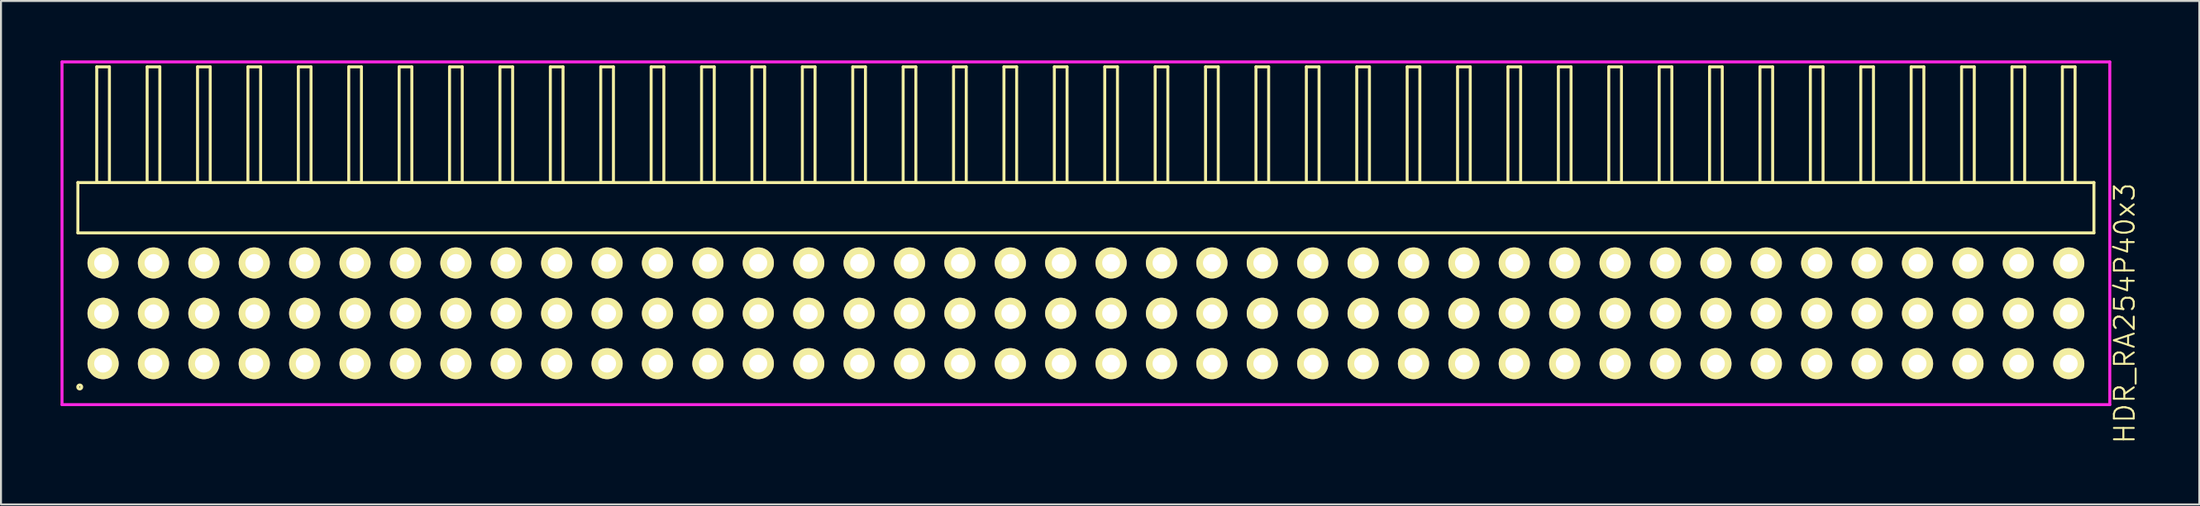
<source format=kicad_pcb>
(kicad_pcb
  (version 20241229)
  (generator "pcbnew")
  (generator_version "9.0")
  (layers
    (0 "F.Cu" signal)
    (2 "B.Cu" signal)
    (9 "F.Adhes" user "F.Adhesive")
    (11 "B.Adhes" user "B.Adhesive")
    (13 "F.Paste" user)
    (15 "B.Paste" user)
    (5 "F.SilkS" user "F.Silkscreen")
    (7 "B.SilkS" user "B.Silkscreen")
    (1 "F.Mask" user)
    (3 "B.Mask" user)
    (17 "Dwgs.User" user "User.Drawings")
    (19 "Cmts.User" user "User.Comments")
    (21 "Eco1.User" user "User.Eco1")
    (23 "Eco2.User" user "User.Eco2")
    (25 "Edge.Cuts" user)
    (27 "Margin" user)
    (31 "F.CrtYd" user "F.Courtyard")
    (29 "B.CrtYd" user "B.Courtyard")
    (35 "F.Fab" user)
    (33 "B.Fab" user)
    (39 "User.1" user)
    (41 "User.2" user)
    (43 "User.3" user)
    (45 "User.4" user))
  (footprint "HDR_RA254P40x3"
    (layer "F.Cu")
    (at 51.675 12.765)
    (property "Reference" "HDR_RA254P40x3" (at 52.35 0 90) (layer "F.SilkS") (effects (font (size 1 1) (thickness 0.1))))
    (attr through_hole)
    (fp_line (start -50.8 -6.6) (end -50.8 -4.06) (stroke (width 0.15) (type solid)) (layer "F.SilkS"))
    (fp_line (start -50.8 -4.06) (end 50.8 -4.06) (stroke (width 0.15) (type solid)) (layer "F.SilkS"))
    (fp_line (start -49.85 -12.44) (end -49.85 -6.6) (stroke (width 0.15) (type solid)) (layer "F.SilkS"))
    (fp_line (start -49.85 -6.6) (end -49.21 -6.6) (stroke (width 0.15) (type solid)) (layer "F.SilkS"))
    (fp_line (start -49.21 -12.44) (end -49.85 -12.44) (stroke (width 0.15) (type solid)) (layer "F.SilkS"))
    (fp_line (start -49.21 -6.6) (end -49.21 -12.44) (stroke (width 0.15) (type solid)) (layer "F.SilkS"))
    (fp_line (start -47.31 -12.44) (end -47.31 -6.6) (stroke (width 0.15) (type solid)) (layer "F.SilkS"))
    (fp_line (start -47.31 -6.6) (end -46.67 -6.6) (stroke (width 0.15) (type solid)) (layer "F.SilkS"))
    (fp_line (start -46.67 -12.44) (end -47.31 -12.44) (stroke (width 0.15) (type solid)) (layer "F.SilkS"))
    (fp_line (start -46.67 -6.6) (end -46.67 -12.44) (stroke (width 0.15) (type solid)) (layer "F.SilkS"))
    (fp_line (start -44.77 -12.44) (end -44.77 -6.6) (stroke (width 0.15) (type solid)) (layer "F.SilkS"))
    (fp_line (start -44.77 -6.6) (end -44.13 -6.6) (stroke (width 0.15) (type solid)) (layer "F.SilkS"))
    (fp_line (start -44.13 -12.44) (end -44.77 -12.44) (stroke (width 0.15) (type solid)) (layer "F.SilkS"))
    (fp_line (start -44.13 -6.6) (end -44.13 -12.44) (stroke (width 0.15) (type solid)) (layer "F.SilkS"))
    (fp_line (start -42.23 -12.44) (end -42.23 -6.6) (stroke (width 0.15) (type solid)) (layer "F.SilkS"))
    (fp_line (start -42.23 -6.6) (end -41.59 -6.6) (stroke (width 0.15) (type solid)) (layer "F.SilkS"))
    (fp_line (start -41.59 -12.44) (end -42.23 -12.44) (stroke (width 0.15) (type solid)) (layer "F.SilkS"))
    (fp_line (start -41.59 -6.6) (end -41.59 -12.44) (stroke (width 0.15) (type solid)) (layer "F.SilkS"))
    (fp_line (start -39.69 -12.44) (end -39.69 -6.6) (stroke (width 0.15) (type solid)) (layer "F.SilkS"))
    (fp_line (start -39.69 -6.6) (end -39.05 -6.6) (stroke (width 0.15) (type solid)) (layer "F.SilkS"))
    (fp_line (start -39.05 -12.44) (end -39.69 -12.44) (stroke (width 0.15) (type solid)) (layer "F.SilkS"))
    (fp_line (start -39.05 -6.6) (end -39.05 -12.44) (stroke (width 0.15) (type solid)) (layer "F.SilkS"))
    (fp_line (start -37.15 -12.44) (end -37.15 -6.6) (stroke (width 0.15) (type solid)) (layer "F.SilkS"))
    (fp_line (start -37.15 -6.6) (end -36.51 -6.6) (stroke (width 0.15) (type solid)) (layer "F.SilkS"))
    (fp_line (start -36.51 -12.44) (end -37.15 -12.44) (stroke (width 0.15) (type solid)) (layer "F.SilkS"))
    (fp_line (start -36.51 -6.6) (end -36.51 -12.44) (stroke (width 0.15) (type solid)) (layer "F.SilkS"))
    (fp_line (start -34.61 -12.44) (end -34.61 -6.6) (stroke (width 0.15) (type solid)) (layer "F.SilkS"))
    (fp_line (start -34.61 -6.6) (end -33.97 -6.6) (stroke (width 0.15) (type solid)) (layer "F.SilkS"))
    (fp_line (start -33.97 -12.44) (end -34.61 -12.44) (stroke (width 0.15) (type solid)) (layer "F.SilkS"))
    (fp_line (start -33.97 -6.6) (end -33.97 -12.44) (stroke (width 0.15) (type solid)) (layer "F.SilkS"))
    (fp_line (start -32.07 -12.44) (end -32.07 -6.6) (stroke (width 0.15) (type solid)) (layer "F.SilkS"))
    (fp_line (start -32.07 -6.6) (end -31.43 -6.6) (stroke (width 0.15) (type solid)) (layer "F.SilkS"))
    (fp_line (start -31.43 -12.44) (end -32.07 -12.44) (stroke (width 0.15) (type solid)) (layer "F.SilkS"))
    (fp_line (start -31.43 -6.6) (end -31.43 -12.44) (stroke (width 0.15) (type solid)) (layer "F.SilkS"))
    (fp_line (start -29.53 -12.44) (end -29.53 -6.6) (stroke (width 0.15) (type solid)) (layer "F.SilkS"))
    (fp_line (start -29.53 -6.6) (end -28.89 -6.6) (stroke (width 0.15) (type solid)) (layer "F.SilkS"))
    (fp_line (start -28.89 -12.44) (end -29.53 -12.44) (stroke (width 0.15) (type solid)) (layer "F.SilkS"))
    (fp_line (start -28.89 -6.6) (end -28.89 -12.44) (stroke (width 0.15) (type solid)) (layer "F.SilkS"))
    (fp_line (start -26.99 -12.44) (end -26.99 -6.6) (stroke (width 0.15) (type solid)) (layer "F.SilkS"))
    (fp_line (start -26.99 -6.6) (end -26.35 -6.6) (stroke (width 0.15) (type solid)) (layer "F.SilkS"))
    (fp_line (start -26.35 -12.44) (end -26.99 -12.44) (stroke (width 0.15) (type solid)) (layer "F.SilkS"))
    (fp_line (start -26.35 -6.6) (end -26.35 -12.44) (stroke (width 0.15) (type solid)) (layer "F.SilkS"))
    (fp_line (start -24.45 -12.44) (end -24.45 -6.6) (stroke (width 0.15) (type solid)) (layer "F.SilkS"))
    (fp_line (start -24.45 -6.6) (end -23.81 -6.6) (stroke (width 0.15) (type solid)) (layer "F.SilkS"))
    (fp_line (start -23.81 -12.44) (end -24.45 -12.44) (stroke (width 0.15) (type solid)) (layer "F.SilkS"))
    (fp_line (start -23.81 -6.6) (end -23.81 -12.44) (stroke (width 0.15) (type solid)) (layer "F.SilkS"))
    (fp_line (start -21.91 -12.44) (end -21.91 -6.6) (stroke (width 0.15) (type solid)) (layer "F.SilkS"))
    (fp_line (start -21.91 -6.6) (end -21.27 -6.6) (stroke (width 0.15) (type solid)) (layer "F.SilkS"))
    (fp_line (start -21.27 -12.44) (end -21.91 -12.44) (stroke (width 0.15) (type solid)) (layer "F.SilkS"))
    (fp_line (start -21.27 -6.6) (end -21.27 -12.44) (stroke (width 0.15) (type solid)) (layer "F.SilkS"))
    (fp_line (start -19.37 -12.44) (end -19.37 -6.6) (stroke (width 0.15) (type solid)) (layer "F.SilkS"))
    (fp_line (start -19.37 -6.6) (end -18.73 -6.6) (stroke (width 0.15) (type solid)) (layer "F.SilkS"))
    (fp_line (start -18.73 -12.44) (end -19.37 -12.44) (stroke (width 0.15) (type solid)) (layer "F.SilkS"))
    (fp_line (start -18.73 -6.6) (end -18.73 -12.44) (stroke (width 0.15) (type solid)) (layer "F.SilkS"))
    (fp_line (start -16.83 -12.44) (end -16.83 -6.6) (stroke (width 0.15) (type solid)) (layer "F.SilkS"))
    (fp_line (start -16.83 -6.6) (end -16.19 -6.6) (stroke (width 0.15) (type solid)) (layer "F.SilkS"))
    (fp_line (start -16.19 -12.44) (end -16.83 -12.44) (stroke (width 0.15) (type solid)) (layer "F.SilkS"))
    (fp_line (start -16.19 -6.6) (end -16.19 -12.44) (stroke (width 0.15) (type solid)) (layer "F.SilkS"))
    (fp_line (start -14.29 -12.44) (end -14.29 -6.6) (stroke (width 0.15) (type solid)) (layer "F.SilkS"))
    (fp_line (start -14.29 -6.6) (end -13.65 -6.6) (stroke (width 0.15) (type solid)) (layer "F.SilkS"))
    (fp_line (start -13.65 -12.44) (end -14.29 -12.44) (stroke (width 0.15) (type solid)) (layer "F.SilkS"))
    (fp_line (start -13.65 -6.6) (end -13.65 -12.44) (stroke (width 0.15) (type solid)) (layer "F.SilkS"))
    (fp_line (start -11.75 -12.44) (end -11.75 -6.6) (stroke (width 0.15) (type solid)) (layer "F.SilkS"))
    (fp_line (start -11.75 -6.6) (end -11.11 -6.6) (stroke (width 0.15) (type solid)) (layer "F.SilkS"))
    (fp_line (start -11.11 -12.44) (end -11.75 -12.44) (stroke (width 0.15) (type solid)) (layer "F.SilkS"))
    (fp_line (start -11.11 -6.6) (end -11.11 -12.44) (stroke (width 0.15) (type solid)) (layer "F.SilkS"))
    (fp_line (start -9.21 -12.44) (end -9.21 -6.6) (stroke (width 0.15) (type solid)) (layer "F.SilkS"))
    (fp_line (start -9.21 -6.6) (end -8.57 -6.6) (stroke (width 0.15) (type solid)) (layer "F.SilkS"))
    (fp_line (start -8.57 -12.44) (end -9.21 -12.44) (stroke (width 0.15) (type solid)) (layer "F.SilkS"))
    (fp_line (start -8.57 -6.6) (end -8.57 -12.44) (stroke (width 0.15) (type solid)) (layer "F.SilkS"))
    (fp_line (start -6.67 -12.44) (end -6.67 -6.6) (stroke (width 0.15) (type solid)) (layer "F.SilkS"))
    (fp_line (start -6.67 -6.6) (end -6.03 -6.6) (stroke (width 0.15) (type solid)) (layer "F.SilkS"))
    (fp_line (start -6.03 -12.44) (end -6.67 -12.44) (stroke (width 0.15) (type solid)) (layer "F.SilkS"))
    (fp_line (start -6.03 -6.6) (end -6.03 -12.44) (stroke (width 0.15) (type solid)) (layer "F.SilkS"))
    (fp_line (start -4.13 -12.44) (end -4.13 -6.6) (stroke (width 0.15) (type solid)) (layer "F.SilkS"))
    (fp_line (start -4.13 -6.6) (end -3.49 -6.6) (stroke (width 0.15) (type solid)) (layer "F.SilkS"))
    (fp_line (start -3.49 -12.44) (end -4.13 -12.44) (stroke (width 0.15) (type solid)) (layer "F.SilkS"))
    (fp_line (start -3.49 -6.6) (end -3.49 -12.44) (stroke (width 0.15) (type solid)) (layer "F.SilkS"))
    (fp_line (start -1.59 -12.44) (end -1.59 -6.6) (stroke (width 0.15) (type solid)) (layer "F.SilkS"))
    (fp_line (start -1.59 -6.6) (end -0.95 -6.6) (stroke (width 0.15) (type solid)) (layer "F.SilkS"))
    (fp_line (start -0.95 -12.44) (end -1.59 -12.44) (stroke (width 0.15) (type solid)) (layer "F.SilkS"))
    (fp_line (start -0.95 -6.6) (end -0.95 -12.44) (stroke (width 0.15) (type solid)) (layer "F.SilkS"))
    (fp_line (start 0.95 -12.44) (end 0.95 -6.6) (stroke (width 0.15) (type solid)) (layer "F.SilkS"))
    (fp_line (start 0.95 -6.6) (end 1.59 -6.6) (stroke (width 0.15) (type solid)) (layer "F.SilkS"))
    (fp_line (start 1.59 -12.44) (end 0.95 -12.44) (stroke (width 0.15) (type solid)) (layer "F.SilkS"))
    (fp_line (start 1.59 -6.6) (end 1.59 -12.44) (stroke (width 0.15) (type solid)) (layer "F.SilkS"))
    (fp_line (start 3.49 -12.44) (end 3.49 -6.6) (stroke (width 0.15) (type solid)) (layer "F.SilkS"))
    (fp_line (start 3.49 -6.6) (end 4.13 -6.6) (stroke (width 0.15) (type solid)) (layer "F.SilkS"))
    (fp_line (start 4.13 -12.44) (end 3.49 -12.44) (stroke (width 0.15) (type solid)) (layer "F.SilkS"))
    (fp_line (start 4.13 -6.6) (end 4.13 -12.44) (stroke (width 0.15) (type solid)) (layer "F.SilkS"))
    (fp_line (start 6.03 -12.44) (end 6.03 -6.6) (stroke (width 0.15) (type solid)) (layer "F.SilkS"))
    (fp_line (start 6.03 -6.6) (end 6.67 -6.6) (stroke (width 0.15) (type solid)) (layer "F.SilkS"))
    (fp_line (start 6.67 -12.44) (end 6.03 -12.44) (stroke (width 0.15) (type solid)) (layer "F.SilkS"))
    (fp_line (start 6.67 -6.6) (end 6.67 -12.44) (stroke (width 0.15) (type solid)) (layer "F.SilkS"))
    (fp_line (start 8.57 -12.44) (end 8.57 -6.6) (stroke (width 0.15) (type solid)) (layer "F.SilkS"))
    (fp_line (start 8.57 -6.6) (end 9.21 -6.6) (stroke (width 0.15) (type solid)) (layer "F.SilkS"))
    (fp_line (start 9.21 -12.44) (end 8.57 -12.44) (stroke (width 0.15) (type solid)) (layer "F.SilkS"))
    (fp_line (start 9.21 -6.6) (end 9.21 -12.44) (stroke (width 0.15) (type solid)) (layer "F.SilkS"))
    (fp_line (start 11.11 -12.44) (end 11.11 -6.6) (stroke (width 0.15) (type solid)) (layer "F.SilkS"))
    (fp_line (start 11.11 -6.6) (end 11.75 -6.6) (stroke (width 0.15) (type solid)) (layer "F.SilkS"))
    (fp_line (start 11.75 -12.44) (end 11.11 -12.44) (stroke (width 0.15) (type solid)) (layer "F.SilkS"))
    (fp_line (start 11.75 -6.6) (end 11.75 -12.44) (stroke (width 0.15) (type solid)) (layer "F.SilkS"))
    (fp_line (start 13.65 -12.44) (end 13.65 -6.6) (stroke (width 0.15) (type solid)) (layer "F.SilkS"))
    (fp_line (start 13.65 -6.6) (end 14.29 -6.6) (stroke (width 0.15) (type solid)) (layer "F.SilkS"))
    (fp_line (start 14.29 -12.44) (end 13.65 -12.44) (stroke (width 0.15) (type solid)) (layer "F.SilkS"))
    (fp_line (start 14.29 -6.6) (end 14.29 -12.44) (stroke (width 0.15) (type solid)) (layer "F.SilkS"))
    (fp_line (start 16.19 -12.44) (end 16.19 -6.6) (stroke (width 0.15) (type solid)) (layer "F.SilkS"))
    (fp_line (start 16.19 -6.6) (end 16.83 -6.6) (stroke (width 0.15) (type solid)) (layer "F.SilkS"))
    (fp_line (start 16.83 -12.44) (end 16.19 -12.44) (stroke (width 0.15) (type solid)) (layer "F.SilkS"))
    (fp_line (start 16.83 -6.6) (end 16.83 -12.44) (stroke (width 0.15) (type solid)) (layer "F.SilkS"))
    (fp_line (start 18.73 -12.44) (end 18.73 -6.6) (stroke (width 0.15) (type solid)) (layer "F.SilkS"))
    (fp_line (start 18.73 -6.6) (end 19.37 -6.6) (stroke (width 0.15) (type solid)) (layer "F.SilkS"))
    (fp_line (start 19.37 -12.44) (end 18.73 -12.44) (stroke (width 0.15) (type solid)) (layer "F.SilkS"))
    (fp_line (start 19.37 -6.6) (end 19.37 -12.44) (stroke (width 0.15) (type solid)) (layer "F.SilkS"))
    (fp_line (start 21.27 -12.44) (end 21.27 -6.6) (stroke (width 0.15) (type solid)) (layer "F.SilkS"))
    (fp_line (start 21.27 -6.6) (end 21.91 -6.6) (stroke (width 0.15) (type solid)) (layer "F.SilkS"))
    (fp_line (start 21.91 -12.44) (end 21.27 -12.44) (stroke (width 0.15) (type solid)) (layer "F.SilkS"))
    (fp_line (start 21.91 -6.6) (end 21.91 -12.44) (stroke (width 0.15) (type solid)) (layer "F.SilkS"))
    (fp_line (start 23.81 -12.44) (end 23.81 -6.6) (stroke (width 0.15) (type solid)) (layer "F.SilkS"))
    (fp_line (start 23.81 -6.6) (end 24.45 -6.6) (stroke (width 0.15) (type solid)) (layer "F.SilkS"))
    (fp_line (start 24.45 -12.44) (end 23.81 -12.44) (stroke (width 0.15) (type solid)) (layer "F.SilkS"))
    (fp_line (start 24.45 -6.6) (end 24.45 -12.44) (stroke (width 0.15) (type solid)) (layer "F.SilkS"))
    (fp_line (start 26.35 -12.44) (end 26.35 -6.6) (stroke (width 0.15) (type solid)) (layer "F.SilkS"))
    (fp_line (start 26.35 -6.6) (end 26.99 -6.6) (stroke (width 0.15) (type solid)) (layer "F.SilkS"))
    (fp_line (start 26.99 -12.44) (end 26.35 -12.44) (stroke (width 0.15) (type solid)) (layer "F.SilkS"))
    (fp_line (start 26.99 -6.6) (end 26.99 -12.44) (stroke (width 0.15) (type solid)) (layer "F.SilkS"))
    (fp_line (start 28.89 -12.44) (end 28.89 -6.6) (stroke (width 0.15) (type solid)) (layer "F.SilkS"))
    (fp_line (start 28.89 -6.6) (end 29.53 -6.6) (stroke (width 0.15) (type solid)) (layer "F.SilkS"))
    (fp_line (start 29.53 -12.44) (end 28.89 -12.44) (stroke (width 0.15) (type solid)) (layer "F.SilkS"))
    (fp_line (start 29.53 -6.6) (end 29.53 -12.44) (stroke (width 0.15) (type solid)) (layer "F.SilkS"))
    (fp_line (start 31.43 -12.44) (end 31.43 -6.6) (stroke (width 0.15) (type solid)) (layer "F.SilkS"))
    (fp_line (start 31.43 -6.6) (end 32.07 -6.6) (stroke (width 0.15) (type solid)) (layer "F.SilkS"))
    (fp_line (start 32.07 -12.44) (end 31.43 -12.44) (stroke (width 0.15) (type solid)) (layer "F.SilkS"))
    (fp_line (start 32.07 -6.6) (end 32.07 -12.44) (stroke (width 0.15) (type solid)) (layer "F.SilkS"))
    (fp_line (start 33.97 -12.44) (end 33.97 -6.6) (stroke (width 0.15) (type solid)) (layer "F.SilkS"))
    (fp_line (start 33.97 -6.6) (end 34.61 -6.6) (stroke (width 0.15) (type solid)) (layer "F.SilkS"))
    (fp_line (start 34.61 -12.44) (end 33.97 -12.44) (stroke (width 0.15) (type solid)) (layer "F.SilkS"))
    (fp_line (start 34.61 -6.6) (end 34.61 -12.44) (stroke (width 0.15) (type solid)) (layer "F.SilkS"))
    (fp_line (start 36.51 -12.44) (end 36.51 -6.6) (stroke (width 0.15) (type solid)) (layer "F.SilkS"))
    (fp_line (start 36.51 -6.6) (end 37.15 -6.6) (stroke (width 0.15) (type solid)) (layer "F.SilkS"))
    (fp_line (start 37.15 -12.44) (end 36.51 -12.44) (stroke (width 0.15) (type solid)) (layer "F.SilkS"))
    (fp_line (start 37.15 -6.6) (end 37.15 -12.44) (stroke (width 0.15) (type solid)) (layer "F.SilkS"))
    (fp_line (start 39.05 -12.44) (end 39.05 -6.6) (stroke (width 0.15) (type solid)) (layer "F.SilkS"))
    (fp_line (start 39.05 -6.6) (end 39.69 -6.6) (stroke (width 0.15) (type solid)) (layer "F.SilkS"))
    (fp_line (start 39.69 -12.44) (end 39.05 -12.44) (stroke (width 0.15) (type solid)) (layer "F.SilkS"))
    (fp_line (start 39.69 -6.6) (end 39.69 -12.44) (stroke (width 0.15) (type solid)) (layer "F.SilkS"))
    (fp_line (start 41.59 -12.44) (end 41.59 -6.6) (stroke (width 0.15) (type solid)) (layer "F.SilkS"))
    (fp_line (start 41.59 -6.6) (end 42.23 -6.6) (stroke (width 0.15) (type solid)) (layer "F.SilkS"))
    (fp_line (start 42.23 -12.44) (end 41.59 -12.44) (stroke (width 0.15) (type solid)) (layer "F.SilkS"))
    (fp_line (start 42.23 -6.6) (end 42.23 -12.44) (stroke (width 0.15) (type solid)) (layer "F.SilkS"))
    (fp_line (start 44.13 -12.44) (end 44.13 -6.6) (stroke (width 0.15) (type solid)) (layer "F.SilkS"))
    (fp_line (start 44.13 -6.6) (end 44.77 -6.6) (stroke (width 0.15) (type solid)) (layer "F.SilkS"))
    (fp_line (start 44.77 -12.44) (end 44.13 -12.44) (stroke (width 0.15) (type solid)) (layer "F.SilkS"))
    (fp_line (start 44.77 -6.6) (end 44.77 -12.44) (stroke (width 0.15) (type solid)) (layer "F.SilkS"))
    (fp_line (start 46.67 -12.44) (end 46.67 -6.6) (stroke (width 0.15) (type solid)) (layer "F.SilkS"))
    (fp_line (start 46.67 -6.6) (end 47.31 -6.6) (stroke (width 0.15) (type solid)) (layer "F.SilkS"))
    (fp_line (start 47.31 -12.44) (end 46.67 -12.44) (stroke (width 0.15) (type solid)) (layer "F.SilkS"))
    (fp_line (start 47.31 -6.6) (end 47.31 -12.44) (stroke (width 0.15) (type solid)) (layer "F.SilkS"))
    (fp_line (start 49.21 -12.44) (end 49.21 -6.6) (stroke (width 0.15) (type solid)) (layer "F.SilkS"))
    (fp_line (start 49.21 -6.6) (end 49.85 -6.6) (stroke (width 0.15) (type solid)) (layer "F.SilkS"))
    (fp_line (start 49.85 -12.44) (end 49.21 -12.44) (stroke (width 0.15) (type solid)) (layer "F.SilkS"))
    (fp_line (start 49.85 -6.6) (end 49.85 -12.44) (stroke (width 0.15) (type solid)) (layer "F.SilkS"))
    (fp_line (start 50.8 -6.6) (end -50.8 -6.6) (stroke (width 0.15) (type solid)) (layer "F.SilkS"))
    (fp_line (start 50.8 -4.06) (end 50.8 -6.6) (stroke (width 0.15) (type solid)) (layer "F.SilkS"))
    (fp_circle (center -50.707 3.718) (end -50.607 3.718) (stroke (width 0.15) (type solid)) (fill no) (layer "F.SilkS"))
    (fp_line (start -51.6 -12.69) (end -51.6 4.61) (stroke (width 0.15) (type solid)) (layer "F.CrtYd"))
    (fp_line (start -51.6 4.61) (end 51.6 4.61) (stroke (width 0.15) (type solid)) (layer "F.CrtYd"))
    (fp_line (start 51.6 -12.69) (end -51.6 -12.69) (stroke (width 0.15) (type solid)) (layer "F.CrtYd"))
    (fp_line (start 51.6 4.61) (end 51.6 -12.69) (stroke (width 0.15) (type solid)) (layer "F.CrtYd"))
    (pad "1" thru_hole oval (at -49.53 2.54) (size 1.57 1.57) (drill 0.9) (layers "*.Cu" "*.Mask" "F.SilkS"))
    (pad "2" thru_hole oval (at -49.53 0) (size 1.57 1.57) (drill 0.9) (layers "*.Cu" "*.Mask" "F.SilkS"))
    (pad "3" thru_hole oval (at -49.53 -2.54) (size 1.57 1.57) (drill 0.9) (layers "*.Cu" "*.Mask" "F.SilkS"))
    (pad "4" thru_hole oval (at -46.99 2.54) (size 1.57 1.57) (drill 0.9) (layers "*.Cu" "*.Mask" "F.SilkS"))
    (pad "5" thru_hole oval (at -46.99 0) (size 1.57 1.57) (drill 0.9) (layers "*.Cu" "*.Mask" "F.SilkS"))
    (pad "6" thru_hole oval (at -46.99 -2.54) (size 1.57 1.57) (drill 0.9) (layers "*.Cu" "*.Mask" "F.SilkS"))
    (pad "7" thru_hole oval (at -44.45 2.54) (size 1.57 1.57) (drill 0.9) (layers "*.Cu" "*.Mask" "F.SilkS"))
    (pad "8" thru_hole oval (at -44.45 0) (size 1.57 1.57) (drill 0.9) (layers "*.Cu" "*.Mask" "F.SilkS"))
    (pad "9" thru_hole oval (at -44.45 -2.54) (size 1.57 1.57) (drill 0.9) (layers "*.Cu" "*.Mask" "F.SilkS"))
    (pad "10" thru_hole oval (at -41.91 2.54) (size 1.57 1.57) (drill 0.9) (layers "*.Cu" "*.Mask" "F.SilkS"))
    (pad "11" thru_hole oval (at -41.91 0) (size 1.57 1.57) (drill 0.9) (layers "*.Cu" "*.Mask" "F.SilkS"))
    (pad "12" thru_hole oval (at -41.91 -2.54) (size 1.57 1.57) (drill 0.9) (layers "*.Cu" "*.Mask" "F.SilkS"))
    (pad "13" thru_hole oval (at -39.37 2.54) (size 1.57 1.57) (drill 0.9) (layers "*.Cu" "*.Mask" "F.SilkS"))
    (pad "14" thru_hole oval (at -39.37 0) (size 1.57 1.57) (drill 0.9) (layers "*.Cu" "*.Mask" "F.SilkS"))
    (pad "15" thru_hole oval (at -39.37 -2.54) (size 1.57 1.57) (drill 0.9) (layers "*.Cu" "*.Mask" "F.SilkS"))
    (pad "16" thru_hole oval (at -36.83 2.54) (size 1.57 1.57) (drill 0.9) (layers "*.Cu" "*.Mask" "F.SilkS"))
    (pad "17" thru_hole oval (at -36.83 0) (size 1.57 1.57) (drill 0.9) (layers "*.Cu" "*.Mask" "F.SilkS"))
    (pad "18" thru_hole oval (at -36.83 -2.54) (size 1.57 1.57) (drill 0.9) (layers "*.Cu" "*.Mask" "F.SilkS"))
    (pad "19" thru_hole oval (at -34.29 2.54) (size 1.57 1.57) (drill 0.9) (layers "*.Cu" "*.Mask" "F.SilkS"))
    (pad "20" thru_hole oval (at -34.29 0) (size 1.57 1.57) (drill 0.9) (layers "*.Cu" "*.Mask" "F.SilkS"))
    (pad "21" thru_hole oval (at -34.29 -2.54) (size 1.57 1.57) (drill 0.9) (layers "*.Cu" "*.Mask" "F.SilkS"))
    (pad "22" thru_hole oval (at -31.75 2.54) (size 1.57 1.57) (drill 0.9) (layers "*.Cu" "*.Mask" "F.SilkS"))
    (pad "23" thru_hole oval (at -31.75 0) (size 1.57 1.57) (drill 0.9) (layers "*.Cu" "*.Mask" "F.SilkS"))
    (pad "24" thru_hole oval (at -31.75 -2.54) (size 1.57 1.57) (drill 0.9) (layers "*.Cu" "*.Mask" "F.SilkS"))
    (pad "25" thru_hole oval (at -29.21 2.54) (size 1.57 1.57) (drill 0.9) (layers "*.Cu" "*.Mask" "F.SilkS"))
    (pad "26" thru_hole oval (at -29.21 0) (size 1.57 1.57) (drill 0.9) (layers "*.Cu" "*.Mask" "F.SilkS"))
    (pad "27" thru_hole oval (at -29.21 -2.54) (size 1.57 1.57) (drill 0.9) (layers "*.Cu" "*.Mask" "F.SilkS"))
    (pad "28" thru_hole oval (at -26.67 2.54) (size 1.57 1.57) (drill 0.9) (layers "*.Cu" "*.Mask" "F.SilkS"))
    (pad "29" thru_hole oval (at -26.67 0) (size 1.57 1.57) (drill 0.9) (layers "*.Cu" "*.Mask" "F.SilkS"))
    (pad "30" thru_hole oval (at -26.67 -2.54) (size 1.57 1.57) (drill 0.9) (layers "*.Cu" "*.Mask" "F.SilkS"))
    (pad "31" thru_hole oval (at -24.13 2.54) (size 1.57 1.57) (drill 0.9) (layers "*.Cu" "*.Mask" "F.SilkS"))
    (pad "32" thru_hole oval (at -24.13 0) (size 1.57 1.57) (drill 0.9) (layers "*.Cu" "*.Mask" "F.SilkS"))
    (pad "33" thru_hole oval (at -24.13 -2.54) (size 1.57 1.57) (drill 0.9) (layers "*.Cu" "*.Mask" "F.SilkS"))
    (pad "34" thru_hole oval (at -21.59 2.54) (size 1.57 1.57) (drill 0.9) (layers "*.Cu" "*.Mask" "F.SilkS"))
    (pad "35" thru_hole oval (at -21.59 0) (size 1.57 1.57) (drill 0.9) (layers "*.Cu" "*.Mask" "F.SilkS"))
    (pad "36" thru_hole oval (at -21.59 -2.54) (size 1.57 1.57) (drill 0.9) (layers "*.Cu" "*.Mask" "F.SilkS"))
    (pad "37" thru_hole oval (at -19.05 2.54) (size 1.57 1.57) (drill 0.9) (layers "*.Cu" "*.Mask" "F.SilkS"))
    (pad "38" thru_hole oval (at -19.05 0) (size 1.57 1.57) (drill 0.9) (layers "*.Cu" "*.Mask" "F.SilkS"))
    (pad "39" thru_hole oval (at -19.05 -2.54) (size 1.57 1.57) (drill 0.9) (layers "*.Cu" "*.Mask" "F.SilkS"))
    (pad "40" thru_hole oval (at -16.51 2.54) (size 1.57 1.57) (drill 0.9) (layers "*.Cu" "*.Mask" "F.SilkS"))
    (pad "41" thru_hole oval (at -16.51 0) (size 1.57 1.57) (drill 0.9) (layers "*.Cu" "*.Mask" "F.SilkS"))
    (pad "42" thru_hole oval (at -16.51 -2.54) (size 1.57 1.57) (drill 0.9) (layers "*.Cu" "*.Mask" "F.SilkS"))
    (pad "43" thru_hole oval (at -13.97 2.54) (size 1.57 1.57) (drill 0.9) (layers "*.Cu" "*.Mask" "F.SilkS"))
    (pad "44" thru_hole oval (at -13.97 0) (size 1.57 1.57) (drill 0.9) (layers "*.Cu" "*.Mask" "F.SilkS"))
    (pad "45" thru_hole oval (at -13.97 -2.54) (size 1.57 1.57) (drill 0.9) (layers "*.Cu" "*.Mask" "F.SilkS"))
    (pad "46" thru_hole oval (at -11.43 2.54) (size 1.57 1.57) (drill 0.9) (layers "*.Cu" "*.Mask" "F.SilkS"))
    (pad "47" thru_hole oval (at -11.43 0) (size 1.57 1.57) (drill 0.9) (layers "*.Cu" "*.Mask" "F.SilkS"))
    (pad "48" thru_hole oval (at -11.43 -2.54) (size 1.57 1.57) (drill 0.9) (layers "*.Cu" "*.Mask" "F.SilkS"))
    (pad "49" thru_hole oval (at -8.89 2.54) (size 1.57 1.57) (drill 0.9) (layers "*.Cu" "*.Mask" "F.SilkS"))
    (pad "50" thru_hole oval (at -8.89 0) (size 1.57 1.57) (drill 0.9) (layers "*.Cu" "*.Mask" "F.SilkS"))
    (pad "51" thru_hole oval (at -8.89 -2.54) (size 1.57 1.57) (drill 0.9) (layers "*.Cu" "*.Mask" "F.SilkS"))
    (pad "52" thru_hole oval (at -6.35 2.54) (size 1.57 1.57) (drill 0.9) (layers "*.Cu" "*.Mask" "F.SilkS"))
    (pad "53" thru_hole oval (at -6.35 0) (size 1.57 1.57) (drill 0.9) (layers "*.Cu" "*.Mask" "F.SilkS"))
    (pad "54" thru_hole oval (at -6.35 -2.54) (size 1.57 1.57) (drill 0.9) (layers "*.Cu" "*.Mask" "F.SilkS"))
    (pad "55" thru_hole oval (at -3.81 2.54) (size 1.57 1.57) (drill 0.9) (layers "*.Cu" "*.Mask" "F.SilkS"))
    (pad "56" thru_hole oval (at -3.81 0) (size 1.57 1.57) (drill 0.9) (layers "*.Cu" "*.Mask" "F.SilkS"))
    (pad "57" thru_hole oval (at -3.81 -2.54) (size 1.57 1.57) (drill 0.9) (layers "*.Cu" "*.Mask" "F.SilkS"))
    (pad "58" thru_hole oval (at -1.27 2.54) (size 1.57 1.57) (drill 0.9) (layers "*.Cu" "*.Mask" "F.SilkS"))
    (pad "59" thru_hole oval (at -1.27 0) (size 1.57 1.57) (drill 0.9) (layers "*.Cu" "*.Mask" "F.SilkS"))
    (pad "60" thru_hole oval (at -1.27 -2.54) (size 1.57 1.57) (drill 0.9) (layers "*.Cu" "*.Mask" "F.SilkS"))
    (pad "61" thru_hole oval (at 1.27 2.54) (size 1.57 1.57) (drill 0.9) (layers "*.Cu" "*.Mask" "F.SilkS"))
    (pad "62" thru_hole oval (at 1.27 0) (size 1.57 1.57) (drill 0.9) (layers "*.Cu" "*.Mask" "F.SilkS"))
    (pad "63" thru_hole oval (at 1.27 -2.54) (size 1.57 1.57) (drill 0.9) (layers "*.Cu" "*.Mask" "F.SilkS"))
    (pad "64" thru_hole oval (at 3.81 2.54) (size 1.57 1.57) (drill 0.9) (layers "*.Cu" "*.Mask" "F.SilkS"))
    (pad "65" thru_hole oval (at 3.81 0) (size 1.57 1.57) (drill 0.9) (layers "*.Cu" "*.Mask" "F.SilkS"))
    (pad "66" thru_hole oval (at 3.81 -2.54) (size 1.57 1.57) (drill 0.9) (layers "*.Cu" "*.Mask" "F.SilkS"))
    (pad "67" thru_hole oval (at 6.35 2.54) (size 1.57 1.57) (drill 0.9) (layers "*.Cu" "*.Mask" "F.SilkS"))
    (pad "68" thru_hole oval (at 6.35 0) (size 1.57 1.57) (drill 0.9) (layers "*.Cu" "*.Mask" "F.SilkS"))
    (pad "69" thru_hole oval (at 6.35 -2.54) (size 1.57 1.57) (drill 0.9) (layers "*.Cu" "*.Mask" "F.SilkS"))
    (pad "70" thru_hole oval (at 8.89 2.54) (size 1.57 1.57) (drill 0.9) (layers "*.Cu" "*.Mask" "F.SilkS"))
    (pad "71" thru_hole oval (at 8.89 0) (size 1.57 1.57) (drill 0.9) (layers "*.Cu" "*.Mask" "F.SilkS"))
    (pad "72" thru_hole oval (at 8.89 -2.54) (size 1.57 1.57) (drill 0.9) (layers "*.Cu" "*.Mask" "F.SilkS"))
    (pad "73" thru_hole oval (at 11.43 2.54) (size 1.57 1.57) (drill 0.9) (layers "*.Cu" "*.Mask" "F.SilkS"))
    (pad "74" thru_hole oval (at 11.43 0) (size 1.57 1.57) (drill 0.9) (layers "*.Cu" "*.Mask" "F.SilkS"))
    (pad "75" thru_hole oval (at 11.43 -2.54) (size 1.57 1.57) (drill 0.9) (layers "*.Cu" "*.Mask" "F.SilkS"))
    (pad "76" thru_hole oval (at 13.97 2.54) (size 1.57 1.57) (drill 0.9) (layers "*.Cu" "*.Mask" "F.SilkS"))
    (pad "77" thru_hole oval (at 13.97 0) (size 1.57 1.57) (drill 0.9) (layers "*.Cu" "*.Mask" "F.SilkS"))
    (pad "78" thru_hole oval (at 13.97 -2.54) (size 1.57 1.57) (drill 0.9) (layers "*.Cu" "*.Mask" "F.SilkS"))
    (pad "79" thru_hole oval (at 16.51 2.54) (size 1.57 1.57) (drill 0.9) (layers "*.Cu" "*.Mask" "F.SilkS"))
    (pad "80" thru_hole oval (at 16.51 0) (size 1.57 1.57) (drill 0.9) (layers "*.Cu" "*.Mask" "F.SilkS"))
    (pad "81" thru_hole oval (at 16.51 -2.54) (size 1.57 1.57) (drill 0.9) (layers "*.Cu" "*.Mask" "F.SilkS"))
    (pad "82" thru_hole oval (at 19.05 2.54) (size 1.57 1.57) (drill 0.9) (layers "*.Cu" "*.Mask" "F.SilkS"))
    (pad "83" thru_hole oval (at 19.05 0) (size 1.57 1.57) (drill 0.9) (layers "*.Cu" "*.Mask" "F.SilkS"))
    (pad "84" thru_hole oval (at 19.05 -2.54) (size 1.57 1.57) (drill 0.9) (layers "*.Cu" "*.Mask" "F.SilkS"))
    (pad "85" thru_hole oval (at 21.59 2.54) (size 1.57 1.57) (drill 0.9) (layers "*.Cu" "*.Mask" "F.SilkS"))
    (pad "86" thru_hole oval (at 21.59 0) (size 1.57 1.57) (drill 0.9) (layers "*.Cu" "*.Mask" "F.SilkS"))
    (pad "87" thru_hole oval (at 21.59 -2.54) (size 1.57 1.57) (drill 0.9) (layers "*.Cu" "*.Mask" "F.SilkS"))
    (pad "88" thru_hole oval (at 24.13 2.54) (size 1.57 1.57) (drill 0.9) (layers "*.Cu" "*.Mask" "F.SilkS"))
    (pad "89" thru_hole oval (at 24.13 0) (size 1.57 1.57) (drill 0.9) (layers "*.Cu" "*.Mask" "F.SilkS"))
    (pad "90" thru_hole oval (at 24.13 -2.54) (size 1.57 1.57) (drill 0.9) (layers "*.Cu" "*.Mask" "F.SilkS"))
    (pad "91" thru_hole oval (at 26.67 2.54) (size 1.57 1.57) (drill 0.9) (layers "*.Cu" "*.Mask" "F.SilkS"))
    (pad "92" thru_hole oval (at 26.67 0) (size 1.57 1.57) (drill 0.9) (layers "*.Cu" "*.Mask" "F.SilkS"))
    (pad "93" thru_hole oval (at 26.67 -2.54) (size 1.57 1.57) (drill 0.9) (layers "*.Cu" "*.Mask" "F.SilkS"))
    (pad "94" thru_hole oval (at 29.21 2.54) (size 1.57 1.57) (drill 0.9) (layers "*.Cu" "*.Mask" "F.SilkS"))
    (pad "95" thru_hole oval (at 29.21 0) (size 1.57 1.57) (drill 0.9) (layers "*.Cu" "*.Mask" "F.SilkS"))
    (pad "96" thru_hole oval (at 29.21 -2.54) (size 1.57 1.57) (drill 0.9) (layers "*.Cu" "*.Mask" "F.SilkS"))
    (pad "97" thru_hole oval (at 31.75 2.54) (size 1.57 1.57) (drill 0.9) (layers "*.Cu" "*.Mask" "F.SilkS"))
    (pad "98" thru_hole oval (at 31.75 0) (size 1.57 1.57) (drill 0.9) (layers "*.Cu" "*.Mask" "F.SilkS"))
    (pad "99" thru_hole oval (at 31.75 -2.54) (size 1.57 1.57) (drill 0.9) (layers "*.Cu" "*.Mask" "F.SilkS"))
    (pad "100" thru_hole oval (at 34.29 2.54) (size 1.57 1.57) (drill 0.9) (layers "*.Cu" "*.Mask" "F.SilkS"))
    (pad "101" thru_hole oval (at 34.29 0) (size 1.57 1.57) (drill 0.9) (layers "*.Cu" "*.Mask" "F.SilkS"))
    (pad "102" thru_hole oval (at 34.29 -2.54) (size 1.57 1.57) (drill 0.9) (layers "*.Cu" "*.Mask" "F.SilkS"))
    (pad "103" thru_hole oval (at 36.83 2.54) (size 1.57 1.57) (drill 0.9) (layers "*.Cu" "*.Mask" "F.SilkS"))
    (pad "104" thru_hole oval (at 36.83 0) (size 1.57 1.57) (drill 0.9) (layers "*.Cu" "*.Mask" "F.SilkS"))
    (pad "105" thru_hole oval (at 36.83 -2.54) (size 1.57 1.57) (drill 0.9) (layers "*.Cu" "*.Mask" "F.SilkS"))
    (pad "106" thru_hole oval (at 39.37 2.54) (size 1.57 1.57) (drill 0.9) (layers "*.Cu" "*.Mask" "F.SilkS"))
    (pad "107" thru_hole oval (at 39.37 0) (size 1.57 1.57) (drill 0.9) (layers "*.Cu" "*.Mask" "F.SilkS"))
    (pad "108" thru_hole oval (at 39.37 -2.54) (size 1.57 1.57) (drill 0.9) (layers "*.Cu" "*.Mask" "F.SilkS"))
    (pad "109" thru_hole oval (at 41.91 2.54) (size 1.57 1.57) (drill 0.9) (layers "*.Cu" "*.Mask" "F.SilkS"))
    (pad "110" thru_hole oval (at 41.91 0) (size 1.57 1.57) (drill 0.9) (layers "*.Cu" "*.Mask" "F.SilkS"))
    (pad "111" thru_hole oval (at 41.91 -2.54) (size 1.57 1.57) (drill 0.9) (layers "*.Cu" "*.Mask" "F.SilkS"))
    (pad "112" thru_hole oval (at 44.45 2.54) (size 1.57 1.57) (drill 0.9) (layers "*.Cu" "*.Mask" "F.SilkS"))
    (pad "113" thru_hole oval (at 44.45 0) (size 1.57 1.57) (drill 0.9) (layers "*.Cu" "*.Mask" "F.SilkS"))
    (pad "114" thru_hole oval (at 44.45 -2.54) (size 1.57 1.57) (drill 0.9) (layers "*.Cu" "*.Mask" "F.SilkS"))
    (pad "115" thru_hole oval (at 46.99 2.54) (size 1.57 1.57) (drill 0.9) (layers "*.Cu" "*.Mask" "F.SilkS"))
    (pad "116" thru_hole oval (at 46.99 0) (size 1.57 1.57) (drill 0.9) (layers "*.Cu" "*.Mask" "F.SilkS"))
    (pad "117" thru_hole oval (at 46.99 -2.54) (size 1.57 1.57) (drill 0.9) (layers "*.Cu" "*.Mask" "F.SilkS"))
    (pad "118" thru_hole oval (at 49.53 2.54) (size 1.57 1.57) (drill 0.9) (layers "*.Cu" "*.Mask" "F.SilkS"))
    (pad "119" thru_hole oval (at 49.53 0) (size 1.57 1.57) (drill 0.9) (layers "*.Cu" "*.Mask" "F.SilkS"))
    (pad "120" thru_hole oval (at 49.53 -2.54) (size 1.57 1.57) (drill 0.9) (layers "*.Cu" "*.Mask" "F.SilkS")))
  (gr_rect
    (start -3 -3)
    (end 107.785 22.41)
    (stroke (width 0.1) (type default))
    (fill no)
    (layer "Edge.Cuts")))
</source>
